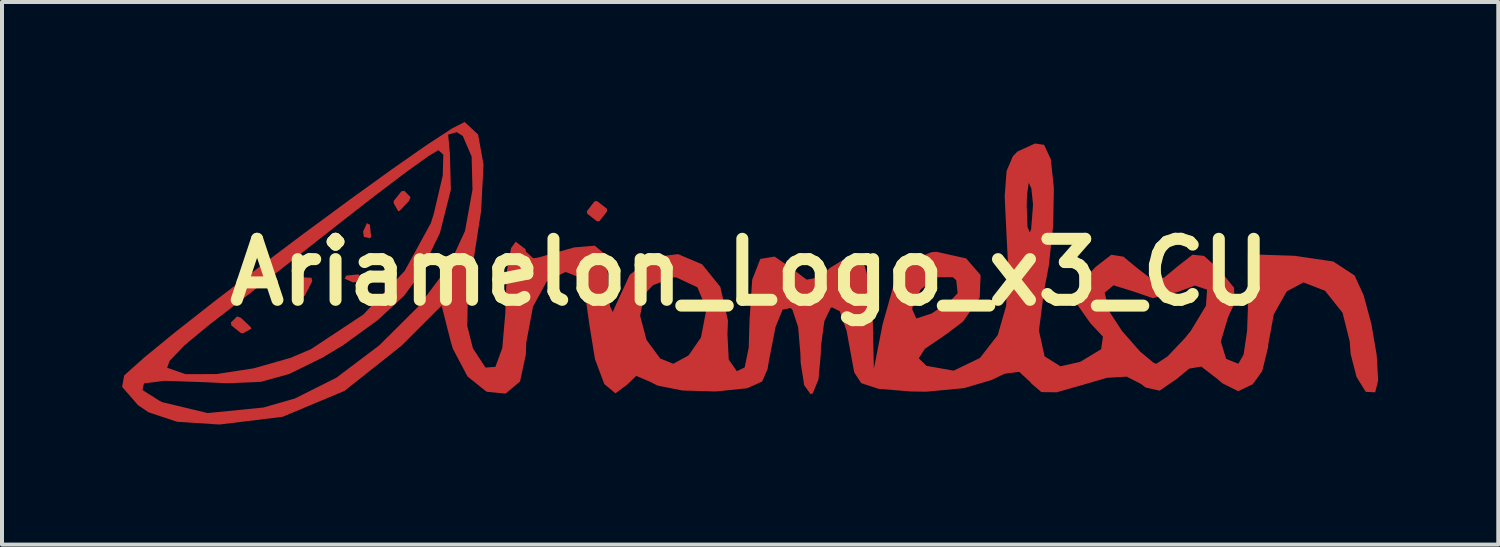
<source format=kicad_pcb>
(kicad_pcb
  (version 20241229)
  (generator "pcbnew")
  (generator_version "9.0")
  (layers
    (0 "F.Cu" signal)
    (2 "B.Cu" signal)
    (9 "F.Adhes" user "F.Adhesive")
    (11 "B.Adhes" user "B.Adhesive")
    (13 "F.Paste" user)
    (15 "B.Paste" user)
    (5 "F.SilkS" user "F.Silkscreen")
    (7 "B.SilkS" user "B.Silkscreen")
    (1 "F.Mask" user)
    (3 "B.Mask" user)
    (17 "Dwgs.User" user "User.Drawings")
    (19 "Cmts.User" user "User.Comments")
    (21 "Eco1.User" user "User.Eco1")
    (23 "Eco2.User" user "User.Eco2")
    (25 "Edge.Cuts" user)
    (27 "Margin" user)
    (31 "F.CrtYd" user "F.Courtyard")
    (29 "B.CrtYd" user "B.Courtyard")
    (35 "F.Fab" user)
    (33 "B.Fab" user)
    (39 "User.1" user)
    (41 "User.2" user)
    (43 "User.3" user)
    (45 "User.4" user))
  (footprint "Ariamelon_Logo_x3_CU"
    (layer "F.Cu")
    (at 15.672 3.749)
    (property "Reference" "Ariamelon_Logo_x3_CU" (at 0 0 0) (layer "F.SilkS") (effects (font (size 1.524 1.524) (thickness 0.3))))
    (attr board_only exclude_from_pos_files exclude_from_bom)
    (fp_poly (pts (xy -9.737 0.085) (xy -9.772 0.236) (xy -9.906 0.254) (xy -10.115 0.161) (xy -10.075 0.085) (xy -9.774 0.054)) (stroke (width 0) (type solid)) (fill yes) (layer "F.Cu"))
    (fp_poly (pts (xy -9.483 -1.185) (xy -9.452 -0.884) (xy -9.483 -0.847) (xy -9.634 -0.882) (xy -9.652 -1.016) (xy -9.559 -1.225)) (stroke (width 0) (type solid)) (fill yes) (layer "F.Cu"))
    (fp_poly (pts (xy -12.7 1.143) (xy -12.458 1.371) (xy -12.446 1.412) (xy -12.643 1.521) (xy -12.7 1.524) (xy -12.944 1.329) (xy -12.954 1.255) (xy -12.798 1.103)) (stroke (width 0) (type solid)) (fill yes) (layer "F.Cu"))
    (fp_poly (pts (xy -10.942 0.139) (xy -10.922 0.224) (xy -11.107 0.583) (xy -11.176 0.635) (xy -11.41 0.623) (xy -11.43 0.538) (xy -11.245 0.179) (xy -11.176 0.127)) (stroke (width 0) (type solid)) (fill yes) (layer "F.Cu"))
    (fp_poly (pts (xy -8.469 -1.876) (xy -8.509 -1.778) (xy -8.737 -1.536) (xy -8.778 -1.524) (xy -8.887 -1.721) (xy -8.89 -1.778) (xy -8.695 -2.022) (xy -8.621 -2.032)) (stroke (width 0) (type solid)) (fill yes) (layer "F.Cu"))
    (fp_poly (pts (xy -3.563 -1.585) (xy -3.556 -1.524) (xy -3.749 -1.277) (xy -3.81 -1.27) (xy -4.057 -1.463) (xy -4.064 -1.524) (xy -3.871 -1.771) (xy -3.81 -1.778)) (stroke (width 0) (type solid)) (fill yes) (layer "F.Cu"))
    (fp_poly (pts (xy -7.112 -3.749) (xy -6.781 -3.44) (xy -6.645 -2.691) (xy -6.705 -1.531) (xy -6.873 -0.444) (xy -7.037 0.619) (xy -7.051 1.344) (xy -6.916 1.879) (xy -6.898 1.919) (xy -6.596 2.381) (xy -6.349 2.364) (xy -6.177 1.895) (xy -6.099 1.002) (xy -6.096 0.747) (xy -6.057 -0.059) (xy -5.956 -0.604) (xy -5.842 -0.762) (xy -5.595 -0.575) (xy -5.588 -0.516) (xy -5.402 -0.349) (xy -5.271 -0.368) (xy -4.381 -0.62) (xy -3.866 -0.663) (xy -3.62 -0.457) (xy -3.537 0.039) (xy -3.527 0.313) (xy -3.486 0.85) (xy -3.415 0.995) (xy -3.373 0.889) (xy -2.993 0.065) (xy -2.427 -0.373) (xy -1.787 -0.452) (xy -1.185 -0.197) (xy -0.731 0.365) (xy -0.54 1.208) (xy -0.553 1.546) (xy -0.521 2.182) (xy -0.318 2.472) (xy -0.123 2.378) (xy -0.022 1.885) (xy 0 1.179) (xy 0.065 0.186) (xy 0.268 -0.332) (xy 0.624 -0.391) (xy 1.032 -0.113) (xy 1.427 0.186) (xy 1.732 0.125) (xy 2.016 -0.113) (xy 2.507 -0.413) (xy 2.839 -0.264) (xy 3.025 0.352) (xy 3.076 1.094) (xy 3.104 2.413) (xy 3.321 1.306) (xy 3.427 0.929) (xy 4.064 0.929) (xy 4.164 1.156) (xy 4.539 1.033) (xy 4.558 1.024) (xy 5.021 0.709) (xy 5.197 0.524) (xy 5.162 0.201) (xy 5.073 0.123) (xy 4.676 0.126) (xy 4.274 0.432) (xy 4.066 0.88) (xy 4.064 0.929) (xy 3.427 0.929) (xy 3.606 0.291) (xy 3.999 -0.289) (xy 4.554 -0.503) (xy 4.679 -0.508) (xy 5.409 -0.345) (xy 5.77 0.072) (xy 5.748 0.634) (xy 5.332 1.233) (xy 4.925 1.541) (xy 4.378 1.914) (xy 4.227 2.149) (xy 4.415 2.335) (xy 4.422 2.339) (xy 5.096 2.459) (xy 5.752 2.143) (xy 6.198 1.569) (xy 6.408 0.842) (xy 6.453 -0.245) (xy 6.419 -0.896) (xy 6.383 -1.651) (xy 6.922 -1.651) (xy 6.942 -1.128) (xy 7 -0.993) (xy 7.033 -1.077) (xy 7.08 -1.687) (xy 7.038 -2.093) (xy 6.971 -2.233) (xy 6.929 -1.928) (xy 6.922 -1.651) (xy 6.383 -1.651) (xy 6.372 -1.903) (xy 6.419 -2.529) (xy 6.576 -2.897) (xy 6.69 -3.014) (xy 7.13 -3.215) (xy 7.355 -3.182) (xy 7.524 -2.823) (xy 7.6 -2.105) (xy 7.583 -1.17) (xy 7.474 -0.16) (xy 7.356 0.455) (xy 7.227 1.458) (xy 7.369 2.101) (xy 7.765 2.35) (xy 8.26 2.238) (xy 8.78 1.923) (xy 8.826 1.61) (xy 8.509 1.27) (xy 8.16 0.775) (xy 8.23 0.51) (xy 8.869 0.51) (xy 8.98 0.972) (xy 9.299 1.463) (xy 9.751 1.979) (xy 10.095 2.265) (xy 10.16 2.286) (xy 10.439 2.103) (xy 10.872 1.647) (xy 11.021 1.463) (xy 11.399 0.836) (xy 11.426 0.436) (xy 11.125 0.333) (xy 10.695 0.493) (xy 10.071 0.648) (xy 9.625 0.493) (xy 9.091 0.327) (xy 8.869 0.51) (xy 8.23 0.51) (xy 8.301 0.243) (xy 8.636 -0.127) (xy 9.035 -0.436) (xy 9.337 -0.389) (xy 9.652 -0.127) (xy 10.049 0.18) (xy 10.35 0.136) (xy 10.677 -0.135) (xy 11.064 -0.438) (xy 11.352 -0.407) (xy 11.741 -0.056) (xy 12.102 0.389) (xy 12.107 0.786) (xy 11.956 1.11) (xy 11.77 1.728) (xy 11.902 2.164) (xy 12.207 2.286) (xy 12.339 2.057) (xy 12.426 1.466) (xy 12.446 0.918) (xy 12.446 -0.449) (xy 13.613 -0.41) (xy 14.578 -0.268) (xy 15.11 0.08) (xy 15.336 0.572) (xy 15.531 1.295) (xy 15.663 2.066) (xy 15.7 2.7) (xy 15.626 3) (xy 15.39 2.988) (xy 15.161 2.619) (xy 15.011 2.038) (xy 14.99 1.733) (xy 14.811 1.015) (xy 14.374 0.464) (xy 13.834 0.254) (xy 13.415 0.481) (xy 13.092 1.054) (xy 12.954 1.811) (xy 12.954 1.857) (xy 12.804 2.471) (xy 12.568 2.798) (xy 12.203 2.972) (xy 11.808 2.774) (xy 11.679 2.663) (xy 11.281 2.357) (xy 10.979 2.408) (xy 10.673 2.663) (xy 10.24 2.959) (xy 9.89 2.879) (xy 9.776 2.791) (xy 9.419 2.608) (xy 8.926 2.638) (xy 8.344 2.807) (xy 7.667 3) (xy 7.288 2.994) (xy 7.035 2.778) (xy 7.011 2.745) (xy 6.735 2.488) (xy 6.369 2.536) (xy 6.047 2.691) (xy 5.359 2.895) (xy 4.417 2.984) (xy 4.026 2.979) (xy 3.217 2.912) (xy 2.789 2.771) (xy 2.616 2.507) (xy 2.597 2.412) (xy 2.424 1.467) (xy 2.252 0.974) (xy 2.058 0.877) (xy 2.025 0.894) (xy 1.867 1.223) (xy 1.783 1.853) (xy 1.778 2.047) (xy 1.721 2.678) (xy 1.578 3.025) (xy 1.524 3.048) (xy 1.364 2.823) (xy 1.276 2.261) (xy 1.27 2.047) (xy 1.213 1.372) (xy 1.071 0.941) (xy 1.023 0.894) (xy 0.824 0.935) (xy 0.649 1.366) (xy 0.478 2.242) (xy 0.451 2.413) (xy 0.315 2.73) (xy -0.059 2.898) (xy -0.8 2.975) (xy -0.874 2.978) (xy -1.678 2.955) (xy -2.301 2.831) (xy -2.477 2.741) (xy -2.831 2.589) (xy -3.057 2.808) (xy -3.349 3.026) (xy -3.629 2.794) (xy -3.862 2.17) (xy -4.005 1.285) (xy -4.033 1.087) (xy -2.734 1.087) (xy -2.574 1.691) (xy -2.232 2.155) (xy -1.905 2.286) (xy -1.523 2.077) (xy -1.215 1.631) (xy -1.078 0.922) (xy -1.304 0.376) (xy -1.83 0.13) (xy -1.905 0.127) (xy -2.411 0.324) (xy -2.626 0.552) (xy -2.734 1.087) (xy -4.033 1.087) (xy -4.115 0.504) (xy -4.286 0.115) (xy -4.574 0.001) (xy -4.611 0) (xy -5.068 0.233) (xy -5.409 0.858) (xy -5.578 1.761) (xy -5.588 2.057) (xy -5.733 2.73) (xy -6.096 3.033) (xy -6.569 2.985) (xy -7.044 2.605) (xy -7.411 1.912) (xy -7.466 1.726) (xy -7.692 0.834) (xy -8.694 1.836) (xy -10.116 2.964) (xy -11.665 3.612) (xy -13.243 3.804) (xy -14.298 3.736) (xy -15.016 3.497) (xy -15.275 3.32) (xy -15.604 2.942) (xy -15.163 2.942) (xy -14.733 3.214) (xy -14.668 3.246) (xy -13.535 3.518) (xy -12.142 3.379) (xy -11.354 3.153) (xy -10.319 2.634) (xy -9.247 1.825) (xy -8.268 0.851) (xy -7.507 -0.162) (xy -7.108 -1.03) (xy -6.921 -2.059) (xy -6.942 -2.887) (xy -7.162 -3.401) (xy -7.314 -3.498) (xy -7.529 -3.436) (xy -7.486 -2.983) (xy -7.485 -2.98) (xy -7.461 -2.059) (xy -7.735 -0.977) (xy -8.245 0.069) (xy -8.629 0.588) (xy -9.286 1.196) (xy -10.158 1.828) (xy -10.673 2.137) (xy -11.502 2.544) (xy -12.211 2.739) (xy -13.046 2.774) (xy -13.612 2.747) (xy -14.613 2.713) (xy -15.127 2.777) (xy -15.163 2.942) (xy -15.604 2.942) (xy -15.672 2.864) (xy -15.621 2.578) (xy -15.406 2.386) (xy -14.547 2.386) (xy -14.089 2.546) (xy -13.316 2.544) (xy -12.387 2.401) (xy -11.46 2.137) (xy -10.954 1.921) (xy -9.649 1.058) (xy -8.616 -0.03) (xy -7.962 -1.224) (xy -7.889 -1.454) (xy -7.664 -2.415) (xy -7.649 -2.935) (xy -7.772 -3.048) (xy -8.021 -2.9) (xy -8.579 -2.499) (xy -9.359 -1.909) (xy -10.121 -1.316) (xy -11.17 -0.492) (xy -12.214 0.323) (xy -13.103 1.012) (xy -13.51 1.325) (xy -14.118 1.83) (xy -14.489 2.22) (xy -14.547 2.386) (xy -15.406 2.386) (xy -15.126 2.136) (xy -14.355 1.504) (xy -13.38 0.738) (xy -12.276 -0.108) (xy -11.119 -0.978) (xy -9.981 -1.816) (xy -8.939 -2.567) (xy -8.065 -3.177) (xy -7.435 -3.589) (xy -7.123 -3.749)) (stroke (width 0) (type solid)) (fill yes) (layer "F.Cu"))
    (fp_poly (pts (xy -9.737 0.085) (xy -9.772 0.236) (xy -9.906 0.254) (xy -10.115 0.161) (xy -10.075 0.085) (xy -9.774 0.054)) (stroke (width 0) (type solid)) (fill yes) (layer "F.Mask"))
    (fp_poly (pts (xy -9.483 -1.185) (xy -9.452 -0.884) (xy -9.483 -0.847) (xy -9.634 -0.882) (xy -9.652 -1.016) (xy -9.559 -1.225)) (stroke (width 0) (type solid)) (fill yes) (layer "F.Mask"))
    (fp_poly (pts (xy -12.7 1.143) (xy -12.458 1.371) (xy -12.446 1.412) (xy -12.643 1.521) (xy -12.7 1.524) (xy -12.944 1.329) (xy -12.954 1.255) (xy -12.798 1.103)) (stroke (width 0) (type solid)) (fill yes) (layer "F.Mask"))
    (fp_poly (pts (xy -10.942 0.139) (xy -10.922 0.224) (xy -11.107 0.583) (xy -11.176 0.635) (xy -11.41 0.623) (xy -11.43 0.538) (xy -11.245 0.179) (xy -11.176 0.127)) (stroke (width 0) (type solid)) (fill yes) (layer "F.Mask"))
    (fp_poly (pts (xy -8.469 -1.876) (xy -8.509 -1.778) (xy -8.737 -1.536) (xy -8.778 -1.524) (xy -8.887 -1.721) (xy -8.89 -1.778) (xy -8.695 -2.022) (xy -8.621 -2.032)) (stroke (width 0) (type solid)) (fill yes) (layer "F.Mask"))
    (fp_poly (pts (xy -3.563 -1.585) (xy -3.556 -1.524) (xy -3.749 -1.277) (xy -3.81 -1.27) (xy -4.057 -1.463) (xy -4.064 -1.524) (xy -3.871 -1.771) (xy -3.81 -1.778)) (stroke (width 0) (type solid)) (fill yes) (layer "F.Mask"))
    (fp_poly (pts (xy -7.112 -3.749) (xy -6.781 -3.44) (xy -6.645 -2.691) (xy -6.705 -1.531) (xy -6.873 -0.444) (xy -7.037 0.619) (xy -7.051 1.344) (xy -6.916 1.879) (xy -6.898 1.919) (xy -6.596 2.381) (xy -6.349 2.364) (xy -6.177 1.895) (xy -6.099 1.002) (xy -6.096 0.747) (xy -6.057 -0.059) (xy -5.956 -0.604) (xy -5.842 -0.762) (xy -5.595 -0.575) (xy -5.588 -0.516) (xy -5.402 -0.349) (xy -5.271 -0.368) (xy -4.381 -0.62) (xy -3.866 -0.663) (xy -3.62 -0.457) (xy -3.537 0.039) (xy -3.527 0.313) (xy -3.486 0.85) (xy -3.415 0.995) (xy -3.373 0.889) (xy -2.993 0.065) (xy -2.427 -0.373) (xy -1.787 -0.452) (xy -1.185 -0.197) (xy -0.731 0.365) (xy -0.54 1.208) (xy -0.553 1.546) (xy -0.521 2.182) (xy -0.318 2.472) (xy -0.123 2.378) (xy -0.022 1.885) (xy 0 1.179) (xy 0.065 0.186) (xy 0.268 -0.332) (xy 0.624 -0.391) (xy 1.032 -0.113) (xy 1.427 0.186) (xy 1.732 0.125) (xy 2.016 -0.113) (xy 2.507 -0.413) (xy 2.839 -0.264) (xy 3.025 0.352) (xy 3.076 1.094) (xy 3.104 2.413) (xy 3.321 1.306) (xy 3.427 0.929) (xy 4.064 0.929) (xy 4.164 1.156) (xy 4.539 1.033) (xy 4.558 1.024) (xy 5.021 0.709) (xy 5.197 0.524) (xy 5.162 0.201) (xy 5.073 0.123) (xy 4.676 0.126) (xy 4.274 0.432) (xy 4.066 0.88) (xy 4.064 0.929) (xy 3.427 0.929) (xy 3.606 0.291) (xy 3.999 -0.289) (xy 4.554 -0.503) (xy 4.679 -0.508) (xy 5.409 -0.345) (xy 5.77 0.072) (xy 5.748 0.634) (xy 5.332 1.233) (xy 4.925 1.541) (xy 4.378 1.914) (xy 4.227 2.149) (xy 4.415 2.335) (xy 4.422 2.339) (xy 5.096 2.459) (xy 5.752 2.143) (xy 6.198 1.569) (xy 6.408 0.842) (xy 6.453 -0.245) (xy 6.419 -0.896) (xy 6.383 -1.651) (xy 6.922 -1.651) (xy 6.942 -1.128) (xy 7 -0.993) (xy 7.033 -1.077) (xy 7.08 -1.687) (xy 7.038 -2.093) (xy 6.971 -2.233) (xy 6.929 -1.928) (xy 6.922 -1.651) (xy 6.383 -1.651) (xy 6.372 -1.903) (xy 6.419 -2.529) (xy 6.576 -2.897) (xy 6.69 -3.014) (xy 7.13 -3.215) (xy 7.355 -3.182) (xy 7.524 -2.823) (xy 7.6 -2.105) (xy 7.583 -1.17) (xy 7.474 -0.16) (xy 7.356 0.455) (xy 7.227 1.458) (xy 7.369 2.101) (xy 7.765 2.35) (xy 8.26 2.238) (xy 8.78 1.923) (xy 8.826 1.61) (xy 8.509 1.27) (xy 8.16 0.775) (xy 8.23 0.51) (xy 8.869 0.51) (xy 8.98 0.972) (xy 9.299 1.463) (xy 9.751 1.979) (xy 10.095 2.265) (xy 10.16 2.286) (xy 10.439 2.103) (xy 10.872 1.647) (xy 11.021 1.463) (xy 11.399 0.836) (xy 11.426 0.436) (xy 11.125 0.333) (xy 10.695 0.493) (xy 10.071 0.648) (xy 9.625 0.493) (xy 9.091 0.327) (xy 8.869 0.51) (xy 8.23 0.51) (xy 8.301 0.243) (xy 8.636 -0.127) (xy 9.035 -0.436) (xy 9.337 -0.389) (xy 9.652 -0.127) (xy 10.049 0.18) (xy 10.35 0.136) (xy 10.677 -0.135) (xy 11.064 -0.438) (xy 11.352 -0.407) (xy 11.741 -0.056) (xy 12.102 0.389) (xy 12.107 0.786) (xy 11.956 1.11) (xy 11.77 1.728) (xy 11.902 2.164) (xy 12.207 2.286) (xy 12.339 2.057) (xy 12.426 1.466) (xy 12.446 0.918) (xy 12.446 -0.449) (xy 13.613 -0.41) (xy 14.578 -0.268) (xy 15.11 0.08) (xy 15.336 0.572) (xy 15.531 1.295) (xy 15.663 2.066) (xy 15.7 2.7) (xy 15.626 3) (xy 15.39 2.988) (xy 15.161 2.619) (xy 15.011 2.038) (xy 14.99 1.733) (xy 14.811 1.015) (xy 14.374 0.464) (xy 13.834 0.254) (xy 13.415 0.481) (xy 13.092 1.054) (xy 12.954 1.811) (xy 12.954 1.857) (xy 12.804 2.471) (xy 12.568 2.798) (xy 12.203 2.972) (xy 11.808 2.774) (xy 11.679 2.663) (xy 11.281 2.357) (xy 10.979 2.408) (xy 10.673 2.663) (xy 10.24 2.959) (xy 9.89 2.879) (xy 9.776 2.791) (xy 9.419 2.608) (xy 8.926 2.638) (xy 8.344 2.807) (xy 7.667 3) (xy 7.288 2.994) (xy 7.035 2.778) (xy 7.011 2.745) (xy 6.735 2.488) (xy 6.369 2.536) (xy 6.047 2.691) (xy 5.359 2.895) (xy 4.417 2.984) (xy 4.026 2.979) (xy 3.217 2.912) (xy 2.789 2.771) (xy 2.616 2.507) (xy 2.597 2.412) (xy 2.424 1.467) (xy 2.252 0.974) (xy 2.058 0.877) (xy 2.025 0.894) (xy 1.867 1.223) (xy 1.783 1.853) (xy 1.778 2.047) (xy 1.721 2.678) (xy 1.578 3.025) (xy 1.524 3.048) (xy 1.364 2.823) (xy 1.276 2.261) (xy 1.27 2.047) (xy 1.213 1.372) (xy 1.071 0.941) (xy 1.023 0.894) (xy 0.824 0.935) (xy 0.649 1.366) (xy 0.478 2.242) (xy 0.451 2.413) (xy 0.315 2.73) (xy -0.059 2.898) (xy -0.8 2.975) (xy -0.874 2.978) (xy -1.678 2.955) (xy -2.301 2.831) (xy -2.477 2.741) (xy -2.831 2.589) (xy -3.057 2.808) (xy -3.349 3.026) (xy -3.629 2.794) (xy -3.862 2.17) (xy -4.005 1.285) (xy -4.033 1.087) (xy -2.734 1.087) (xy -2.574 1.691) (xy -2.232 2.155) (xy -1.905 2.286) (xy -1.523 2.077) (xy -1.215 1.631) (xy -1.078 0.922) (xy -1.304 0.376) (xy -1.83 0.13) (xy -1.905 0.127) (xy -2.411 0.324) (xy -2.626 0.552) (xy -2.734 1.087) (xy -4.033 1.087) (xy -4.115 0.504) (xy -4.286 0.115) (xy -4.574 0.001) (xy -4.611 0) (xy -5.068 0.233) (xy -5.409 0.858) (xy -5.578 1.761) (xy -5.588 2.057) (xy -5.733 2.73) (xy -6.096 3.033) (xy -6.569 2.985) (xy -7.044 2.605) (xy -7.411 1.912) (xy -7.466 1.726) (xy -7.692 0.834) (xy -8.694 1.836) (xy -10.116 2.964) (xy -11.665 3.612) (xy -13.243 3.804) (xy -14.298 3.736) (xy -15.016 3.497) (xy -15.275 3.32) (xy -15.604 2.942) (xy -15.163 2.942) (xy -14.733 3.214) (xy -14.668 3.246) (xy -13.535 3.518) (xy -12.142 3.379) (xy -11.354 3.153) (xy -10.319 2.634) (xy -9.247 1.825) (xy -8.268 0.851) (xy -7.507 -0.162) (xy -7.108 -1.03) (xy -6.921 -2.059) (xy -6.942 -2.887) (xy -7.162 -3.401) (xy -7.314 -3.498) (xy -7.529 -3.436) (xy -7.486 -2.983) (xy -7.485 -2.98) (xy -7.461 -2.059) (xy -7.735 -0.977) (xy -8.245 0.069) (xy -8.629 0.588) (xy -9.286 1.196) (xy -10.158 1.828) (xy -10.673 2.137) (xy -11.502 2.544) (xy -12.211 2.739) (xy -13.046 2.774) (xy -13.612 2.747) (xy -14.613 2.713) (xy -15.127 2.777) (xy -15.163 2.942) (xy -15.604 2.942) (xy -15.672 2.864) (xy -15.621 2.578) (xy -15.406 2.386) (xy -14.547 2.386) (xy -14.089 2.546) (xy -13.316 2.544) (xy -12.387 2.401) (xy -11.46 2.137) (xy -10.954 1.921) (xy -9.649 1.058) (xy -8.616 -0.03) (xy -7.962 -1.224) (xy -7.889 -1.454) (xy -7.664 -2.415) (xy -7.649 -2.935) (xy -7.772 -3.048) (xy -8.021 -2.9) (xy -8.579 -2.499) (xy -9.359 -1.909) (xy -10.121 -1.316) (xy -11.17 -0.492) (xy -12.214 0.323) (xy -13.103 1.012) (xy -13.51 1.325) (xy -14.118 1.83) (xy -14.489 2.22) (xy -14.547 2.386) (xy -15.406 2.386) (xy -15.126 2.136) (xy -14.355 1.504) (xy -13.38 0.738) (xy -12.276 -0.108) (xy -11.119 -0.978) (xy -9.981 -1.816) (xy -8.939 -2.567) (xy -8.065 -3.177) (xy -7.435 -3.589) (xy -7.123 -3.749)) (stroke (width 0) (type solid)) (fill yes) (layer "F.Mask")))
  (gr_rect
    (start -3 -3)
    (end 34.372 10.553)
    (stroke (width 0.1) (type default))
    (fill no)
    (layer "Edge.Cuts")))
</source>
